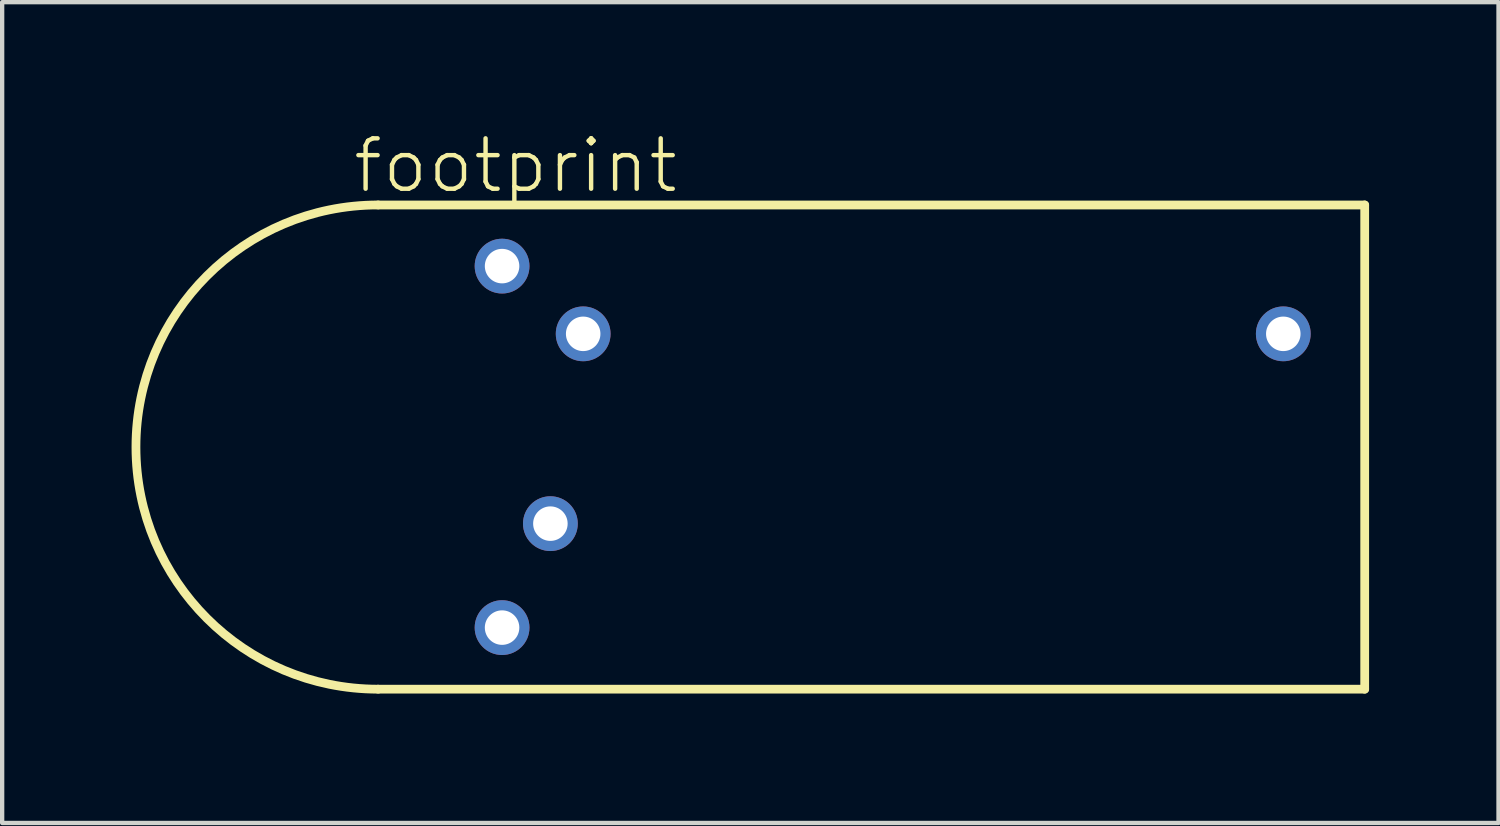
<source format=kicad_pcb>
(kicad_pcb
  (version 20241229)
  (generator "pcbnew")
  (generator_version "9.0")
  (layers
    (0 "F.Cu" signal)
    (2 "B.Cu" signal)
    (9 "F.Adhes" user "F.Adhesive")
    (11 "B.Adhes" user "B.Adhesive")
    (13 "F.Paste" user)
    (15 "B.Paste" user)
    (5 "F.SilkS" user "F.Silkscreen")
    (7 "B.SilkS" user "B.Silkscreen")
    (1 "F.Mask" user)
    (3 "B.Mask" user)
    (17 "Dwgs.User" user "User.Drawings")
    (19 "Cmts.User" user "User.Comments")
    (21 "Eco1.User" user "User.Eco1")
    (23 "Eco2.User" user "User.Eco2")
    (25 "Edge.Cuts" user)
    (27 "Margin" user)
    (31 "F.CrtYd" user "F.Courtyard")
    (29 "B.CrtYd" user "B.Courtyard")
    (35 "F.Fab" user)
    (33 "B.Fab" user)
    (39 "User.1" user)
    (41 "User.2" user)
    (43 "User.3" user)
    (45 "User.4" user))
  (footprint "footprint"
    (layer "F.Cu")
    (at 8.589 7.314)
    (property "Reference" "footprint" (at -3.509 -5.841 0) (layer "F.SilkS") (effects (font (size 1.168 1.168) (thickness 0.102)) (justify left bottom)))
    (fp_line (start -2.875 5.612) (end 19.997 5.612) (stroke (width 0.203) (type solid)) (layer "F.SilkS"))
    (fp_line (start 19.997 -5.612) (end -2.875 -5.612) (stroke (width 0.203) (type solid)) (layer "F.SilkS"))
    (fp_line (start 19.997 5.612) (end 19.997 -5.612) (stroke (width 0.203) (type solid)) (layer "F.SilkS"))
    (fp_arc (start -2.874998 5.6125) (mid -8.487499 0.000001) (end -2.875 -5.6125) (stroke (width 0.2032) (type solid)) (layer "F.SilkS"))
    (pad "1" thru_hole circle (at 0 -4.195 180) (size 1.27 1.27) (drill 0.8) (layers "*.Cu" "*.Mask"))
    (pad "2" thru_hole circle (at 1.12 1.775 180) (size 1.27 1.27) (drill 0.8) (layers "*.Cu" "*.Mask"))
    (pad "3" thru_hole circle (at 18.11 -2.625 180) (size 1.27 1.27) (drill 0.8) (layers "*.Cu" "*.Mask"))
    (pad "4" thru_hole circle (at 1.88 -2.625 180) (size 1.27 1.27) (drill 0.8) (layers "*.Cu" "*.Mask"))
    (pad "5" thru_hole circle (at 0 4.185 180) (size 1.27 1.27) (drill 0.8) (layers "*.Cu" "*.Mask"))
    (zone (net_name "") (layer "F.Cu") (hatch edge 0.508) (connect_pads) (min_thickness 0.254) (filled_areas_thickness no) (keepout (tracks not_allowed) (vias not_allowed) (pads not_allowed) (copperpour not_allowed) (footprints allowed)) (placement (enabled no)) (fill) (polygon (pts (xy 12.089 12.814) (xy 24.589 12.814) (xy 24.589 1.814) (xy 12.089 1.814))))
    (zone (net_name "") (layer "F.Cu") (hatch edge 0.508) (connect_pads) (min_thickness 0.254) (filled_areas_thickness no) (keepout (tracks not_allowed) (vias not_allowed) (pads not_allowed) (copperpour not_allowed) (footprints allowed)) (placement (enabled no)) (fill) (polygon (pts (xy 24.589 12.814) (xy 28.589 12.814) (xy 28.589 6.814) (xy 24.589 6.814)))))
  (gr_rect
    (start -3 -3)
    (end 31.688 16.028)
    (stroke (width 0.1) (type default))
    (fill no)
    (layer "Edge.Cuts")))
</source>
